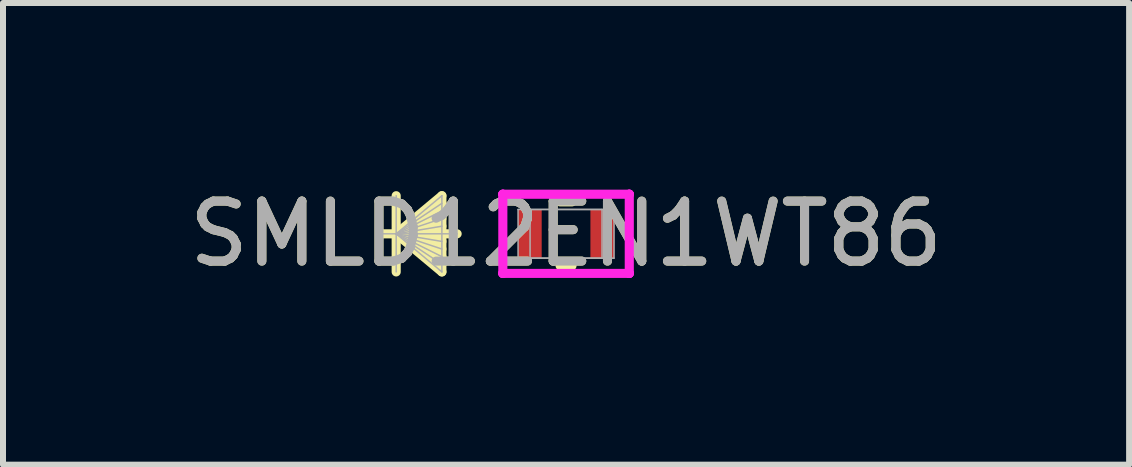
<source format=kicad_pcb>
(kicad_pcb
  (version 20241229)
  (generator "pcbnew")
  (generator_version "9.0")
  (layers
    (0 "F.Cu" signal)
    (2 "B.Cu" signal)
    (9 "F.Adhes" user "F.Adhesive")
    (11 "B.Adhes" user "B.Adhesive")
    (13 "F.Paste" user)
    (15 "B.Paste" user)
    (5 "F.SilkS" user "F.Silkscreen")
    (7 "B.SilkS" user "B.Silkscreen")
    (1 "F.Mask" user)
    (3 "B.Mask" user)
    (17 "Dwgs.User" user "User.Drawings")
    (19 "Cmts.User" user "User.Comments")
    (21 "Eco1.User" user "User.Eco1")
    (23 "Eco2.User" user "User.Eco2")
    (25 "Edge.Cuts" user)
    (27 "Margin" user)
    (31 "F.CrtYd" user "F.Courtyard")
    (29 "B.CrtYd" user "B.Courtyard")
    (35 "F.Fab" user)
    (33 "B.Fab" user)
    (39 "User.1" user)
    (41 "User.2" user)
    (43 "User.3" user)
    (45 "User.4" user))
  (footprint "SMLD12EN1WT86"
    (layer "F.Cu")
    (at 6.387 0.848)
    (property "Reference" "SMLD12EN1WT86" (at 0 0 0) (unlocked yes) (layer "F.SilkS") (effects (font (size 1 1) (thickness 0.15))))
    (attr smd)
    (fp_line (start -2.832 -0.635) (end -2.832 0.635) (stroke (width 0.152) (type solid)) (layer "F.SilkS"))
    (fp_line (start -2.832 0) (end -2.07 -0.635) (stroke (width 0.152) (type solid)) (layer "F.SilkS"))
    (fp_line (start -2.832 0) (end -2.07 -0.508) (stroke (width 0.152) (type solid)) (layer "F.SilkS"))
    (fp_line (start -2.832 0) (end -2.07 -0.381) (stroke (width 0.152) (type solid)) (layer "F.SilkS"))
    (fp_line (start -2.832 0) (end -2.07 -0.254) (stroke (width 0.152) (type solid)) (layer "F.SilkS"))
    (fp_line (start -2.832 0) (end -2.07 -0.127) (stroke (width 0.152) (type solid)) (layer "F.SilkS"))
    (fp_line (start -2.832 0) (end -2.07 0.127) (stroke (width 0.152) (type solid)) (layer "F.SilkS"))
    (fp_line (start -2.832 0) (end -2.07 0.254) (stroke (width 0.152) (type solid)) (layer "F.SilkS"))
    (fp_line (start -2.832 0) (end -2.07 0.381) (stroke (width 0.152) (type solid)) (layer "F.SilkS"))
    (fp_line (start -2.832 0) (end -2.07 0.508) (stroke (width 0.152) (type solid)) (layer "F.SilkS"))
    (fp_line (start -2.832 0) (end -2.07 0.635) (stroke (width 0.152) (type solid)) (layer "F.SilkS"))
    (fp_line (start -2.07 -0.635) (end -2.07 0.635) (stroke (width 0.152) (type solid)) (layer "F.SilkS"))
    (fp_line (start -1.816 0) (end -3.086 0) (stroke (width 0.152) (type solid)) (layer "F.SilkS"))
    (fp_line (start -0.099 0.533) (end 0.099 0.533) (stroke (width 0.152) (type solid)) (layer "F.SilkS"))
    (fp_line (start 0.099 -0.533) (end -0.099 -0.533) (stroke (width 0.152) (type solid)) (layer "F.SilkS"))
    (fp_line (start -1.054 -0.66) (end -1.054 -0.66) (stroke (width 0.152) (type solid)) (layer "F.CrtYd"))
    (fp_line (start -1.054 -0.66) (end -1.054 -0.66) (stroke (width 0.152) (type solid)) (layer "F.CrtYd"))
    (fp_line (start -1.054 -0.66) (end 1.054 -0.66) (stroke (width 0.152) (type solid)) (layer "F.CrtYd"))
    (fp_line (start -1.054 0.66) (end -1.054 -0.66) (stroke (width 0.152) (type solid)) (layer "F.CrtYd"))
    (fp_line (start -1.054 0.66) (end -1.054 0.66) (stroke (width 0.152) (type solid)) (layer "F.CrtYd"))
    (fp_line (start -1.054 0.66) (end -1.054 0.66) (stroke (width 0.152) (type solid)) (layer "F.CrtYd"))
    (fp_line (start 1.054 -0.66) (end 1.054 -0.66) (stroke (width 0.152) (type solid)) (layer "F.CrtYd"))
    (fp_line (start 1.054 -0.66) (end 1.054 -0.66) (stroke (width 0.152) (type solid)) (layer "F.CrtYd"))
    (fp_line (start 1.054 -0.66) (end 1.054 0.66) (stroke (width 0.152) (type solid)) (layer "F.CrtYd"))
    (fp_line (start 1.054 0.66) (end -1.054 0.66) (stroke (width 0.152) (type solid)) (layer "F.CrtYd"))
    (fp_line (start 1.054 0.66) (end 1.054 0.66) (stroke (width 0.152) (type solid)) (layer "F.CrtYd"))
    (fp_line (start 1.054 0.66) (end 1.054 0.66) (stroke (width 0.152) (type solid)) (layer "F.CrtYd"))
    (fp_line (start -2.832 -0.635) (end -2.832 0.635) (stroke (width 0.025) (type solid)) (layer "F.Fab"))
    (fp_line (start -2.832 0) (end -2.07 -0.635) (stroke (width 0.025) (type solid)) (layer "F.Fab"))
    (fp_line (start -2.832 0) (end -2.07 -0.508) (stroke (width 0.025) (type solid)) (layer "F.Fab"))
    (fp_line (start -2.832 0) (end -2.07 -0.381) (stroke (width 0.025) (type solid)) (layer "F.Fab"))
    (fp_line (start -2.832 0) (end -2.07 -0.254) (stroke (width 0.025) (type solid)) (layer "F.Fab"))
    (fp_line (start -2.832 0) (end -2.07 -0.127) (stroke (width 0.025) (type solid)) (layer "F.Fab"))
    (fp_line (start -2.832 0) (end -2.07 0.127) (stroke (width 0.025) (type solid)) (layer "F.Fab"))
    (fp_line (start -2.832 0) (end -2.07 0.254) (stroke (width 0.025) (type solid)) (layer "F.Fab"))
    (fp_line (start -2.832 0) (end -2.07 0.381) (stroke (width 0.025) (type solid)) (layer "F.Fab"))
    (fp_line (start -2.832 0) (end -2.07 0.508) (stroke (width 0.025) (type solid)) (layer "F.Fab"))
    (fp_line (start -2.832 0) (end -2.07 0.635) (stroke (width 0.025) (type solid)) (layer "F.Fab"))
    (fp_line (start -2.07 -0.635) (end -2.07 0.635) (stroke (width 0.025) (type solid)) (layer "F.Fab"))
    (fp_line (start -1.816 0) (end -3.086 0) (stroke (width 0.025) (type solid)) (layer "F.Fab"))
    (fp_line (start -0.8 -0.406) (end -0.8 0.406) (stroke (width 0.025) (type solid)) (layer "F.Fab"))
    (fp_line (start -0.8 0.406) (end 0.8 0.406) (stroke (width 0.025) (type solid)) (layer "F.Fab"))
    (fp_line (start -0.6 -0.406) (end -0.6 0.406) (stroke (width 0.025) (type solid)) (layer "F.Fab"))
    (fp_line (start -0.6 0.406) (end 0.6 0.406) (stroke (width 0.025) (type solid)) (layer "F.Fab"))
    (fp_line (start 0.6 -0.406) (end -0.6 -0.406) (stroke (width 0.025) (type solid)) (layer "F.Fab"))
    (fp_line (start 0.6 0.406) (end 0.6 -0.406) (stroke (width 0.025) (type solid)) (layer "F.Fab"))
    (fp_line (start 0.8 -0.406) (end -0.8 -0.406) (stroke (width 0.025) (type solid)) (layer "F.Fab"))
    (fp_line (start 0.8 0.406) (end 0.8 -0.406) (stroke (width 0.025) (type solid)) (layer "F.Fab"))
    (fp_text user "${REFERENCE}" (at 0 0 0) (unlocked yes) (layer "F.Fab") (effects (font (size 1 1) (thickness 0.15))))
    (pad "1" smd rect (at -0.603 0) (size 0.394 0.813) (layers "F.Cu" "F.Mask" "F.Paste"))
    (pad "2" smd rect (at 0.603 0) (size 0.394 0.813) (layers "F.Cu" "F.Mask" "F.Paste"))
    (zone (net_name "") (layer "F.Cu") (hatch full 0.508) (connect_pads) (min_thickness 0.254) (filled_areas_thickness no) (keepout (tracks not_allowed) (vias not_allowed) (pads allowed) (copperpour not_allowed) (footprints allowed)) (placement (enabled no)) (fill) (polygon (pts (xy 6.031 0.493) (xy 6.743 0.493) (xy 6.743 1.204) (xy 6.031 1.204)))))
  (gr_rect
    (start -3 -3)
    (end 15.774 4.697)
    (stroke (width 0.1) (type default))
    (fill no)
    (layer "Edge.Cuts")))
</source>
